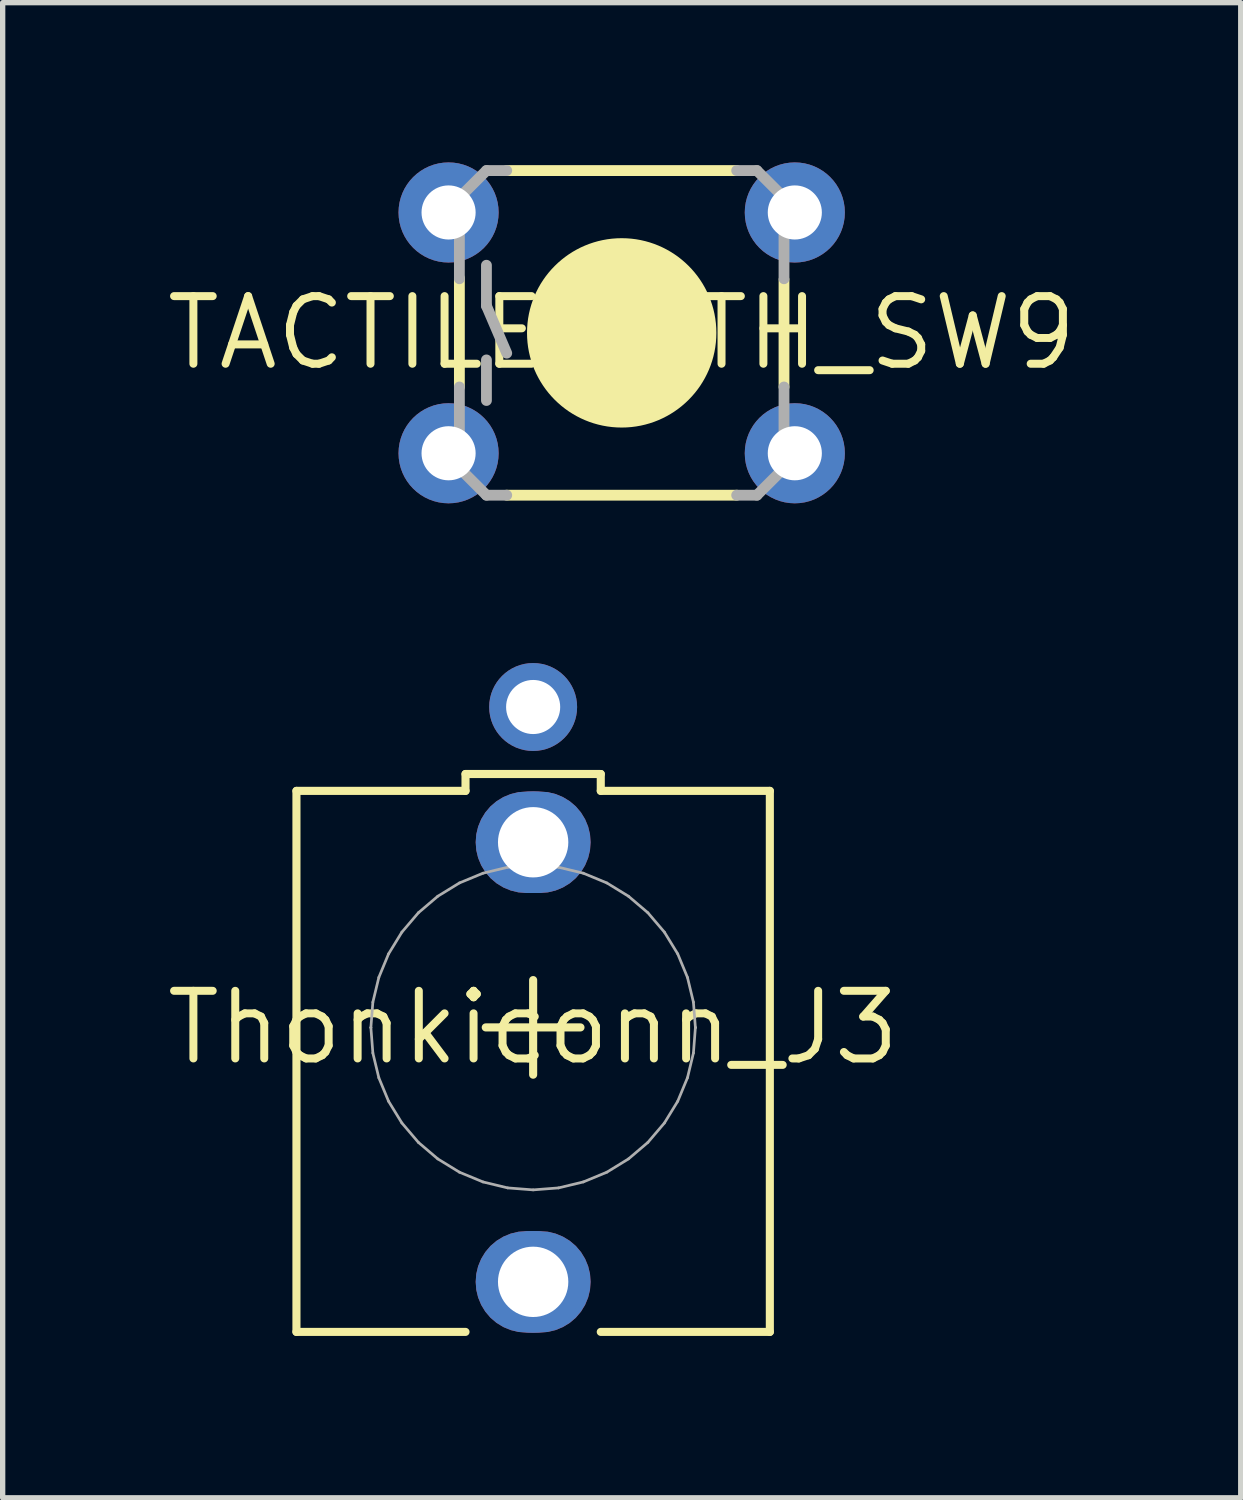
<source format=kicad_pcb>
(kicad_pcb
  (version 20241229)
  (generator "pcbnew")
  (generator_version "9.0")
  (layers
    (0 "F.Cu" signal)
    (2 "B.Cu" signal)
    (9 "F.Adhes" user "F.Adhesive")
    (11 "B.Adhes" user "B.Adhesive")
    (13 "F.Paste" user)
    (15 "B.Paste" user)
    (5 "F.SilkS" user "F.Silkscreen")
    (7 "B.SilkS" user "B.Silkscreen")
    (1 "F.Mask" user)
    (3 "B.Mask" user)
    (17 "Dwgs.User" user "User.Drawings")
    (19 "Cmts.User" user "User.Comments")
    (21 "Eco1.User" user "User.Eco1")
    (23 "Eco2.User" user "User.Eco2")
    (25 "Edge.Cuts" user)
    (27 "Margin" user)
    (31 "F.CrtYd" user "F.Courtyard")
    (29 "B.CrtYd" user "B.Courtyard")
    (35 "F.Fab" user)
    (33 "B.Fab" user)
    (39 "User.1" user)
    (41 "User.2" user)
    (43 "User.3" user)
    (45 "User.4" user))
  (footprint "TACTILE-PTH_SW9"
    (layer "F.Cu")
    (at 8.625 3.201)
    (property "Reference" "TACTILE-PTH_SW9" (at 0 0 0) (layer "F.SilkS") (effects (font (size 1.27 1.27) (thickness 0.15))))
    (fp_circle (center -3.251 -2.261) (end -3.251 -2.261) (stroke (width 0) (type solid)) (fill yes) (layer "F.Mask"))
    (fp_circle (center -3.251 2.261) (end -3.251 2.261) (stroke (width 0) (type solid)) (fill yes) (layer "F.Mask"))
    (fp_circle (center 3.251 -2.261) (end 3.251 -2.261) (stroke (width 0) (type solid)) (fill yes) (layer "F.Mask"))
    (fp_circle (center 3.251 2.261) (end 3.251 2.261) (stroke (width 0) (type solid)) (fill yes) (layer "F.Mask"))
    (fp_circle (center -3.251 -2.261) (end -3.251 -2.261) (stroke (width 0) (type solid)) (fill yes) (layer "B.Mask"))
    (fp_circle (center -3.251 2.261) (end -3.251 2.261) (stroke (width 0) (type solid)) (fill yes) (layer "B.Mask"))
    (fp_circle (center 3.251 -2.261) (end 3.251 -2.261) (stroke (width 0) (type solid)) (fill yes) (layer "B.Mask"))
    (fp_circle (center 3.251 2.261) (end 3.251 2.261) (stroke (width 0) (type solid)) (fill yes) (layer "B.Mask"))
    (fp_line (start -3.048 -1.028) (end -3.048 1.016) (stroke (width 0.203) (type solid)) (layer "F.SilkS"))
    (fp_line (start -2.159 3.048) (end 2.159 3.048) (stroke (width 0.203) (type solid)) (layer "F.SilkS"))
    (fp_line (start 2.159 -3.048) (end -2.159 -3.048) (stroke (width 0.203) (type solid)) (layer "F.SilkS"))
    (fp_line (start 3.048 -0.998) (end 3.048 1.016) (stroke (width 0.203) (type solid)) (layer "F.SilkS"))
    (fp_circle (center 0 0) (end 0.889 0) (stroke (width 1.778) (type solid)) (fill yes) (layer "F.SilkS"))
    (fp_line (start -3.048 -2.54) (end -3.048 -1.016) (stroke (width 0.203) (type solid)) (layer "F.Fab"))
    (fp_line (start -3.048 2.54) (end -3.048 1.016) (stroke (width 0.203) (type solid)) (layer "F.Fab"))
    (fp_line (start -2.54 -3.048) (end -3.048 -2.54) (stroke (width 0.203) (type solid)) (layer "F.Fab"))
    (fp_line (start -2.54 -3.048) (end -2.159 -3.048) (stroke (width 0.203) (type solid)) (layer "F.Fab"))
    (fp_line (start -2.54 -1.27) (end -2.54 -0.508) (stroke (width 0.203) (type solid)) (layer "F.Fab"))
    (fp_line (start -2.54 -0.508) (end -2.159 0.381) (stroke (width 0.203) (type solid)) (layer "F.Fab"))
    (fp_line (start -2.54 0.508) (end -2.54 1.27) (stroke (width 0.203) (type solid)) (layer "F.Fab"))
    (fp_line (start -2.54 3.048) (end -3.048 2.54) (stroke (width 0.203) (type solid)) (layer "F.Fab"))
    (fp_line (start -2.54 3.048) (end -2.159 3.048) (stroke (width 0.203) (type solid)) (layer "F.Fab"))
    (fp_line (start 2.54 -3.048) (end 2.159 -3.048) (stroke (width 0.203) (type solid)) (layer "F.Fab"))
    (fp_line (start 2.54 3.048) (end 2.159 3.048) (stroke (width 0.203) (type solid)) (layer "F.Fab"))
    (fp_line (start 2.54 3.048) (end 3.048 2.54) (stroke (width 0.203) (type solid)) (layer "F.Fab"))
    (fp_line (start 3.048 -2.54) (end 2.54 -3.048) (stroke (width 0.203) (type solid)) (layer "F.Fab"))
    (fp_line (start 3.048 -1.016) (end 3.048 -2.54) (stroke (width 0.203) (type solid)) (layer "F.Fab"))
    (fp_line (start 3.048 2.54) (end 3.048 1.016) (stroke (width 0.203) (type solid)) (layer "F.Fab"))
    (pad "1" thru_hole circle (at -3.251 -2.261) (size 1.88 1.88) (drill 1.016) (layers "*.Cu"))
    (pad "2" thru_hole circle (at 3.251 -2.261) (size 1.88 1.88) (drill 1.016) (layers "*.Cu"))
    (pad "3" thru_hole circle (at -3.251 2.261) (size 1.88 1.88) (drill 1.016) (layers "*.Cu"))
    (pad "4" thru_hole circle (at 3.251 2.261) (size 1.88 1.88) (drill 1.016) (layers "*.Cu")))
  (footprint "Thonkiconn_J3"
    (layer "F.Cu")
    (at 6.962 16.247)
    (property "Reference" "Thonkiconn_J3" (at 0 0 0) (layer "F.SilkS") (effects (font (size 1.27 1.27) (thickness 0.15))))
    (fp_poly (pts (xy 0.276 -4.421) (xy 0.421 -4.386) (xy 0.559 -4.329) (xy 0.687 -4.251) (xy 0.801 -4.154) (xy 0.898 -4.04) (xy 0.976 -3.912) (xy 1.033 -3.774) (xy 1.068 -3.629) (xy 1.079 -3.48) (xy 1.068 -3.331) (xy 1.033 -3.186) (xy 0.976 -3.048) (xy 0.898 -2.92) (xy 0.801 -2.806) (xy 0.687 -2.709) (xy 0.559 -2.631) (xy 0.421 -2.574) (xy 0.276 -2.539) (xy 0.127 -2.527) (xy -0.127 -2.527) (xy -0.276 -2.539) (xy -0.421 -2.574) (xy -0.559 -2.631) (xy -0.687 -2.709) (xy -0.801 -2.806) (xy -0.898 -2.92) (xy -0.976 -3.048) (xy -1.033 -3.186) (xy -1.068 -3.331) (xy -1.079 -3.48) (xy -1.068 -3.629) (xy -1.033 -3.774) (xy -0.976 -3.912) (xy -0.898 -4.04) (xy -0.801 -4.154) (xy -0.687 -4.251) (xy -0.559 -4.329) (xy -0.421 -4.386) (xy -0.276 -4.421) (xy -0.127 -4.432) (xy 0.127 -4.432)) (stroke (width 0) (type default)) (fill yes) (layer "F.Cu"))
    (fp_poly (pts (xy 0.276 3.834) (xy 0.421 3.869) (xy 0.559 3.926) (xy 0.687 4.004) (xy 0.801 4.101) (xy 0.898 4.215) (xy 0.976 4.343) (xy 1.033 4.481) (xy 1.068 4.626) (xy 1.079 4.775) (xy 1.068 4.924) (xy 1.033 5.069) (xy 0.976 5.207) (xy 0.898 5.335) (xy 0.801 5.449) (xy 0.687 5.546) (xy 0.559 5.624) (xy 0.421 5.681) (xy 0.276 5.716) (xy 0.127 5.728) (xy -0.127 5.728) (xy -0.276 5.716) (xy -0.421 5.681) (xy -0.559 5.624) (xy -0.687 5.546) (xy -0.801 5.449) (xy -0.898 5.335) (xy -0.976 5.207) (xy -1.033 5.069) (xy -1.068 4.924) (xy -1.079 4.775) (xy -1.068 4.626) (xy -1.033 4.481) (xy -0.976 4.343) (xy -0.898 4.215) (xy -0.801 4.101) (xy -0.687 4.004) (xy -0.559 3.926) (xy -0.421 3.869) (xy -0.276 3.834) (xy -0.127 3.823) (xy 0.127 3.823)) (stroke (width 0) (type default)) (fill yes) (layer "F.Cu"))
    (fp_poly (pts (xy 0.292 -4.522) (xy 0.453 -4.483) (xy 0.606 -4.42) (xy 0.748 -4.334) (xy 0.873 -4.226) (xy 0.981 -4.1) (xy 1.067 -3.958) (xy 1.131 -3.806) (xy 1.169 -3.645) (xy 1.182 -3.48) (xy 1.169 -3.315) (xy 1.131 -3.154) (xy 1.067 -3.001) (xy 0.981 -2.859) (xy 0.873 -2.733) (xy 0.748 -2.626) (xy 0.606 -2.54) (xy 0.453 -2.476) (xy 0.292 -2.438) (xy 0.127 -2.425) (xy -0.127 -2.425) (xy -0.292 -2.438) (xy -0.453 -2.476) (xy -0.606 -2.54) (xy -0.748 -2.626) (xy -0.873 -2.733) (xy -0.981 -2.859) (xy -1.067 -3.001) (xy -1.131 -3.154) (xy -1.169 -3.315) (xy -1.182 -3.48) (xy -1.169 -3.645) (xy -1.131 -3.806) (xy -1.067 -3.958) (xy -0.981 -4.1) (xy -0.873 -4.226) (xy -0.748 -4.334) (xy -0.606 -4.42) (xy -0.453 -4.483) (xy -0.292 -4.522) (xy -0.127 -4.535) (xy 0.127 -4.535)) (stroke (width 0) (type default)) (fill yes) (layer "F.Mask"))
    (fp_poly (pts (xy 0.292 3.733) (xy 0.453 3.772) (xy 0.606 3.835) (xy 0.748 3.921) (xy 0.873 4.029) (xy 0.981 4.155) (xy 1.067 4.297) (xy 1.131 4.449) (xy 1.169 4.61) (xy 1.182 4.775) (xy 1.169 4.94) (xy 1.131 5.101) (xy 1.067 5.254) (xy 0.981 5.396) (xy 0.873 5.522) (xy 0.748 5.629) (xy 0.606 5.715) (xy 0.453 5.779) (xy 0.292 5.817) (xy 0.127 5.83) (xy -0.127 5.83) (xy -0.292 5.817) (xy -0.453 5.779) (xy -0.606 5.715) (xy -0.748 5.629) (xy -0.873 5.522) (xy -0.981 5.396) (xy -1.067 5.254) (xy -1.131 5.101) (xy -1.169 4.94) (xy -1.182 4.775) (xy -1.169 4.61) (xy -1.131 4.449) (xy -1.067 4.297) (xy -0.981 4.155) (xy -0.873 4.029) (xy -0.748 3.921) (xy -0.606 3.835) (xy -0.453 3.772) (xy -0.292 3.733) (xy -0.127 3.72) (xy 0.127 3.72)) (stroke (width 0) (type default)) (fill yes) (layer "F.Mask"))
    (fp_poly (pts (xy 0.276 -4.421) (xy 0.421 -4.386) (xy 0.559 -4.329) (xy 0.687 -4.251) (xy 0.801 -4.154) (xy 0.898 -4.04) (xy 0.976 -3.912) (xy 1.033 -3.774) (xy 1.068 -3.629) (xy 1.079 -3.48) (xy 1.068 -3.331) (xy 1.033 -3.186) (xy 0.976 -3.048) (xy 0.898 -2.92) (xy 0.801 -2.806) (xy 0.687 -2.709) (xy 0.559 -2.631) (xy 0.421 -2.574) (xy 0.276 -2.539) (xy 0.127 -2.527) (xy -0.127 -2.527) (xy -0.276 -2.539) (xy -0.421 -2.574) (xy -0.559 -2.631) (xy -0.687 -2.709) (xy -0.801 -2.806) (xy -0.898 -2.92) (xy -0.976 -3.048) (xy -1.033 -3.186) (xy -1.068 -3.331) (xy -1.079 -3.48) (xy -1.068 -3.629) (xy -1.033 -3.774) (xy -0.976 -3.912) (xy -0.898 -4.04) (xy -0.801 -4.154) (xy -0.687 -4.251) (xy -0.559 -4.329) (xy -0.421 -4.386) (xy -0.276 -4.421) (xy -0.127 -4.432) (xy 0.127 -4.432)) (stroke (width 0) (type default)) (fill yes) (layer "B.Cu"))
    (fp_poly (pts (xy 0.276 3.834) (xy 0.421 3.869) (xy 0.559 3.926) (xy 0.687 4.004) (xy 0.801 4.101) (xy 0.898 4.215) (xy 0.976 4.343) (xy 1.033 4.481) (xy 1.068 4.626) (xy 1.079 4.775) (xy 1.068 4.924) (xy 1.033 5.069) (xy 0.976 5.207) (xy 0.898 5.335) (xy 0.801 5.449) (xy 0.687 5.546) (xy 0.559 5.624) (xy 0.421 5.681) (xy 0.276 5.716) (xy 0.127 5.728) (xy -0.127 5.728) (xy -0.276 5.716) (xy -0.421 5.681) (xy -0.559 5.624) (xy -0.687 5.546) (xy -0.801 5.449) (xy -0.898 5.335) (xy -0.976 5.207) (xy -1.033 5.069) (xy -1.068 4.924) (xy -1.079 4.775) (xy -1.068 4.626) (xy -1.033 4.481) (xy -0.976 4.343) (xy -0.898 4.215) (xy -0.801 4.101) (xy -0.687 4.004) (xy -0.559 3.926) (xy -0.421 3.869) (xy -0.276 3.834) (xy -0.127 3.823) (xy 0.127 3.823)) (stroke (width 0) (type default)) (fill yes) (layer "B.Cu"))
    (fp_poly (pts (xy 0.292 -4.522) (xy 0.453 -4.483) (xy 0.606 -4.42) (xy 0.748 -4.334) (xy 0.873 -4.226) (xy 0.981 -4.1) (xy 1.067 -3.958) (xy 1.131 -3.806) (xy 1.169 -3.645) (xy 1.182 -3.48) (xy 1.169 -3.315) (xy 1.131 -3.154) (xy 1.067 -3.001) (xy 0.981 -2.859) (xy 0.873 -2.733) (xy 0.748 -2.626) (xy 0.606 -2.54) (xy 0.453 -2.476) (xy 0.292 -2.438) (xy 0.127 -2.425) (xy -0.127 -2.425) (xy -0.292 -2.438) (xy -0.453 -2.476) (xy -0.606 -2.54) (xy -0.748 -2.626) (xy -0.873 -2.733) (xy -0.981 -2.859) (xy -1.067 -3.001) (xy -1.131 -3.154) (xy -1.169 -3.315) (xy -1.182 -3.48) (xy -1.169 -3.645) (xy -1.131 -3.806) (xy -1.067 -3.958) (xy -0.981 -4.1) (xy -0.873 -4.226) (xy -0.748 -4.334) (xy -0.606 -4.42) (xy -0.453 -4.483) (xy -0.292 -4.522) (xy -0.127 -4.535) (xy 0.127 -4.535)) (stroke (width 0) (type default)) (fill yes) (layer "B.Mask"))
    (fp_poly (pts (xy 0.292 3.733) (xy 0.453 3.772) (xy 0.606 3.835) (xy 0.748 3.921) (xy 0.873 4.029) (xy 0.981 4.155) (xy 1.067 4.297) (xy 1.131 4.449) (xy 1.169 4.61) (xy 1.182 4.775) (xy 1.169 4.94) (xy 1.131 5.101) (xy 1.067 5.254) (xy 0.981 5.396) (xy 0.873 5.522) (xy 0.748 5.629) (xy 0.606 5.715) (xy 0.453 5.779) (xy 0.292 5.817) (xy 0.127 5.83) (xy -0.127 5.83) (xy -0.292 5.817) (xy -0.453 5.779) (xy -0.606 5.715) (xy -0.748 5.629) (xy -0.873 5.522) (xy -0.981 5.396) (xy -1.067 5.254) (xy -1.131 5.101) (xy -1.169 4.94) (xy -1.182 4.775) (xy -1.169 4.61) (xy -1.131 4.449) (xy -1.067 4.297) (xy -0.981 4.155) (xy -0.873 4.029) (xy -0.748 3.921) (xy -0.606 3.835) (xy -0.453 3.772) (xy -0.292 3.733) (xy -0.127 3.72) (xy 0.127 3.72)) (stroke (width 0) (type default)) (fill yes) (layer "B.Mask"))
    (fp_line (start -4.445 -4.445) (end -4.445 5.715) (stroke (width 0.152) (type solid)) (layer "F.SilkS"))
    (fp_line (start -1.27 -4.762) (end 1.27 -4.762) (stroke (width 0.152) (type solid)) (layer "F.SilkS"))
    (fp_line (start -1.27 -4.445) (end -4.445 -4.445) (stroke (width 0.152) (type solid)) (layer "F.SilkS"))
    (fp_line (start -1.27 -4.445) (end -1.27 -4.762) (stroke (width 0.152) (type solid)) (layer "F.SilkS"))
    (fp_line (start -1.27 5.715) (end -4.445 5.715) (stroke (width 0.152) (type solid)) (layer "F.SilkS"))
    (fp_line (start -0.89 -0.003) (end 0.889 -0.003) (stroke (width 0.152) (type solid)) (layer "F.SilkS"))
    (fp_line (start 0 0.885) (end 0 -0.892) (stroke (width 0.152) (type solid)) (layer "F.SilkS"))
    (fp_line (start 1.27 -4.762) (end 1.27 -4.445) (stroke (width 0.152) (type solid)) (layer "F.SilkS"))
    (fp_line (start 1.27 -4.445) (end 4.445 -4.445) (stroke (width 0.152) (type solid)) (layer "F.SilkS"))
    (fp_line (start 1.27 5.715) (end 4.445 5.715) (stroke (width 0.152) (type solid)) (layer "F.SilkS"))
    (fp_line (start 4.445 5.715) (end 4.445 -4.445) (stroke (width 0.152) (type solid)) (layer "F.SilkS"))
    (fp_line (start -3.047 -0.001) (end -3.047 0.001) (stroke (width 0.051) (type solid)) (layer "F.Fab"))
    (fp_line (start -3.047 0.001) (end -3.01 0.478) (stroke (width 0.051) (type solid)) (layer "F.Fab"))
    (fp_line (start -3.01 -0.477) (end -3.047 -0.001) (stroke (width 0.051) (type solid)) (layer "F.Fab"))
    (fp_line (start -3.01 0.478) (end -2.898 0.943) (stroke (width 0.051) (type solid)) (layer "F.Fab"))
    (fp_line (start -2.898 -0.942) (end -3.01 -0.477) (stroke (width 0.051) (type solid)) (layer "F.Fab"))
    (fp_line (start -2.898 0.943) (end -2.715 1.384) (stroke (width 0.051) (type solid)) (layer "F.Fab"))
    (fp_line (start -2.715 -1.384) (end -2.898 -0.942) (stroke (width 0.051) (type solid)) (layer "F.Fab"))
    (fp_line (start -2.715 1.384) (end -2.465 1.792) (stroke (width 0.051) (type solid)) (layer "F.Fab"))
    (fp_line (start -2.465 -1.792) (end -2.715 -1.384) (stroke (width 0.051) (type solid)) (layer "F.Fab"))
    (fp_line (start -2.465 1.792) (end -2.155 2.156) (stroke (width 0.051) (type solid)) (layer "F.Fab"))
    (fp_line (start -2.155 -2.156) (end -2.465 -1.792) (stroke (width 0.051) (type solid)) (layer "F.Fab"))
    (fp_line (start -2.155 2.156) (end -1.791 2.466) (stroke (width 0.051) (type solid)) (layer "F.Fab"))
    (fp_line (start -1.791 -2.466) (end -2.155 -2.156) (stroke (width 0.051) (type solid)) (layer "F.Fab"))
    (fp_line (start -1.791 2.466) (end -1.384 2.716) (stroke (width 0.051) (type solid)) (layer "F.Fab"))
    (fp_line (start -1.384 -2.716) (end -1.791 -2.466) (stroke (width 0.051) (type solid)) (layer "F.Fab"))
    (fp_line (start -1.384 2.716) (end -0.942 2.899) (stroke (width 0.051) (type solid)) (layer "F.Fab"))
    (fp_line (start -0.942 -2.899) (end -1.384 -2.716) (stroke (width 0.051) (type solid)) (layer "F.Fab"))
    (fp_line (start -0.942 2.899) (end -0.477 3.011) (stroke (width 0.051) (type solid)) (layer "F.Fab"))
    (fp_line (start -0.477 -3.011) (end -0.942 -2.899) (stroke (width 0.051) (type solid)) (layer "F.Fab"))
    (fp_line (start -0.477 3.011) (end 0 3.048) (stroke (width 0.051) (type solid)) (layer "F.Fab"))
    (fp_line (start 0 -3.048) (end -0.477 -3.011) (stroke (width 0.051) (type solid)) (layer "F.Fab"))
    (fp_line (start 0 3.048) (end 0.477 3.011) (stroke (width 0.051) (type solid)) (layer "F.Fab"))
    (fp_line (start 0.477 -3.011) (end 0 -3.048) (stroke (width 0.051) (type solid)) (layer "F.Fab"))
    (fp_line (start 0.477 3.011) (end 0.942 2.899) (stroke (width 0.051) (type solid)) (layer "F.Fab"))
    (fp_line (start 0.942 -2.899) (end 0.477 -3.011) (stroke (width 0.051) (type solid)) (layer "F.Fab"))
    (fp_line (start 0.942 2.899) (end 1.384 2.716) (stroke (width 0.051) (type solid)) (layer "F.Fab"))
    (fp_line (start 1.384 -2.716) (end 0.942 -2.899) (stroke (width 0.051) (type solid)) (layer "F.Fab"))
    (fp_line (start 1.384 2.716) (end 1.791 2.466) (stroke (width 0.051) (type solid)) (layer "F.Fab"))
    (fp_line (start 1.791 -2.466) (end 1.384 -2.716) (stroke (width 0.051) (type solid)) (layer "F.Fab"))
    (fp_line (start 1.791 2.466) (end 2.155 2.156) (stroke (width 0.051) (type solid)) (layer "F.Fab"))
    (fp_line (start 2.155 -2.156) (end 1.791 -2.466) (stroke (width 0.051) (type solid)) (layer "F.Fab"))
    (fp_line (start 2.155 2.156) (end 2.465 1.792) (stroke (width 0.051) (type solid)) (layer "F.Fab"))
    (fp_line (start 2.465 -1.792) (end 2.155 -2.156) (stroke (width 0.051) (type solid)) (layer "F.Fab"))
    (fp_line (start 2.465 1.792) (end 2.715 1.384) (stroke (width 0.051) (type solid)) (layer "F.Fab"))
    (fp_line (start 2.715 -1.384) (end 2.465 -1.792) (stroke (width 0.051) (type solid)) (layer "F.Fab"))
    (fp_line (start 2.715 1.384) (end 2.898 0.943) (stroke (width 0.051) (type solid)) (layer "F.Fab"))
    (fp_line (start 2.898 -0.942) (end 2.715 -1.384) (stroke (width 0.051) (type solid)) (layer "F.Fab"))
    (fp_line (start 2.898 0.943) (end 3.01 0.478) (stroke (width 0.051) (type solid)) (layer "F.Fab"))
    (fp_line (start 3.01 -0.477) (end 2.898 -0.942) (stroke (width 0.051) (type solid)) (layer "F.Fab"))
    (fp_line (start 3.01 0.478) (end 3.047 0.001) (stroke (width 0.051) (type solid)) (layer "F.Fab"))
    (fp_line (start 3.047 -0.001) (end 3.01 -0.477) (stroke (width 0.051) (type solid)) (layer "F.Fab"))
    (fp_line (start 3.047 0.001) (end 3.047 -0.001) (stroke (width 0.051) (type solid)) (layer "F.Fab"))
    (pad "1" thru_hole circle (at 0 -3.48) (size 1.905 1.905) (drill 1.321) (layers "*.Cu"))
    (pad "2" thru_hole circle (at 0 4.775) (size 1.905 1.905) (drill 1.321) (layers "*.Cu"))
    (pad "3" thru_hole circle (at 0 -6.02) (size 1.651 1.651) (drill 1.016) (layers "*.Cu" "*.Mask"))
    (zone (net_name "") (layer "F.Cu") (hatch edge 0.5) (connect_pads) (min_thickness 0.25) (filled_areas_thickness no) (keepout (tracks not_allowed) (vias not_allowed) (pads not_allowed) (copperpour not_allowed) (footprints allowed)) (placement (enabled no)) (fill) (polygon (pts (xy 8.204 16.247) (xy 8.184 16.025) (xy 8.125 15.81) (xy 8.028 15.609) (xy 7.897 15.429) (xy 7.736 15.275) (xy 7.551 15.153) (xy 7.346 15.065) (xy 7.129 15.016) (xy 6.906 15.006) (xy 6.686 15.036) (xy 6.474 15.104) (xy 6.278 15.21) (xy 6.104 15.349) (xy 5.957 15.516) (xy 5.843 15.708) (xy 5.765 15.916) (xy 5.725 16.135) (xy 5.725 16.358) (xy 5.765 16.577) (xy 5.843 16.785) (xy 5.957 16.977) (xy 6.104 17.144) (xy 6.278 17.283) (xy 6.474 17.389) (xy 6.686 17.457) (xy 6.906 17.487) (xy 7.129 17.477) (xy 7.346 17.428) (xy 7.551 17.34) (xy 7.736 17.218) (xy 7.897 17.064) (xy 8.028 16.884) (xy 8.125 16.683) (xy 8.184 16.468))) (polygon (pts (xy 7.954 16.247) (xy 7.934 16.047) (xy 7.874 15.855) (xy 7.776 15.68) (xy 7.646 15.528) (xy 7.487 15.405) (xy 7.307 15.316) (xy 7.112 15.266) (xy 6.912 15.256) (xy 6.713 15.286) (xy 6.525 15.356) (xy 6.355 15.462) (xy 6.209 15.6) (xy 6.095 15.765) (xy 6.016 15.95) (xy 5.975 16.146) (xy 5.975 16.347) (xy 6.016 16.543) (xy 6.095 16.728) (xy 6.209 16.893) (xy 6.355 17.031) (xy 6.525 17.137) (xy 6.713 17.207) (xy 6.912 17.237) (xy 7.112 17.227) (xy 7.307 17.177) (xy 7.487 17.088) (xy 7.646 16.965) (xy 7.776 16.813) (xy 7.874 16.638) (xy 7.934 16.446)))))
  (gr_rect
    (start -3 -3)
    (end 20.25 25.078)
    (stroke (width 0.1) (type default))
    (fill no)
    (layer "Edge.Cuts")))
</source>
